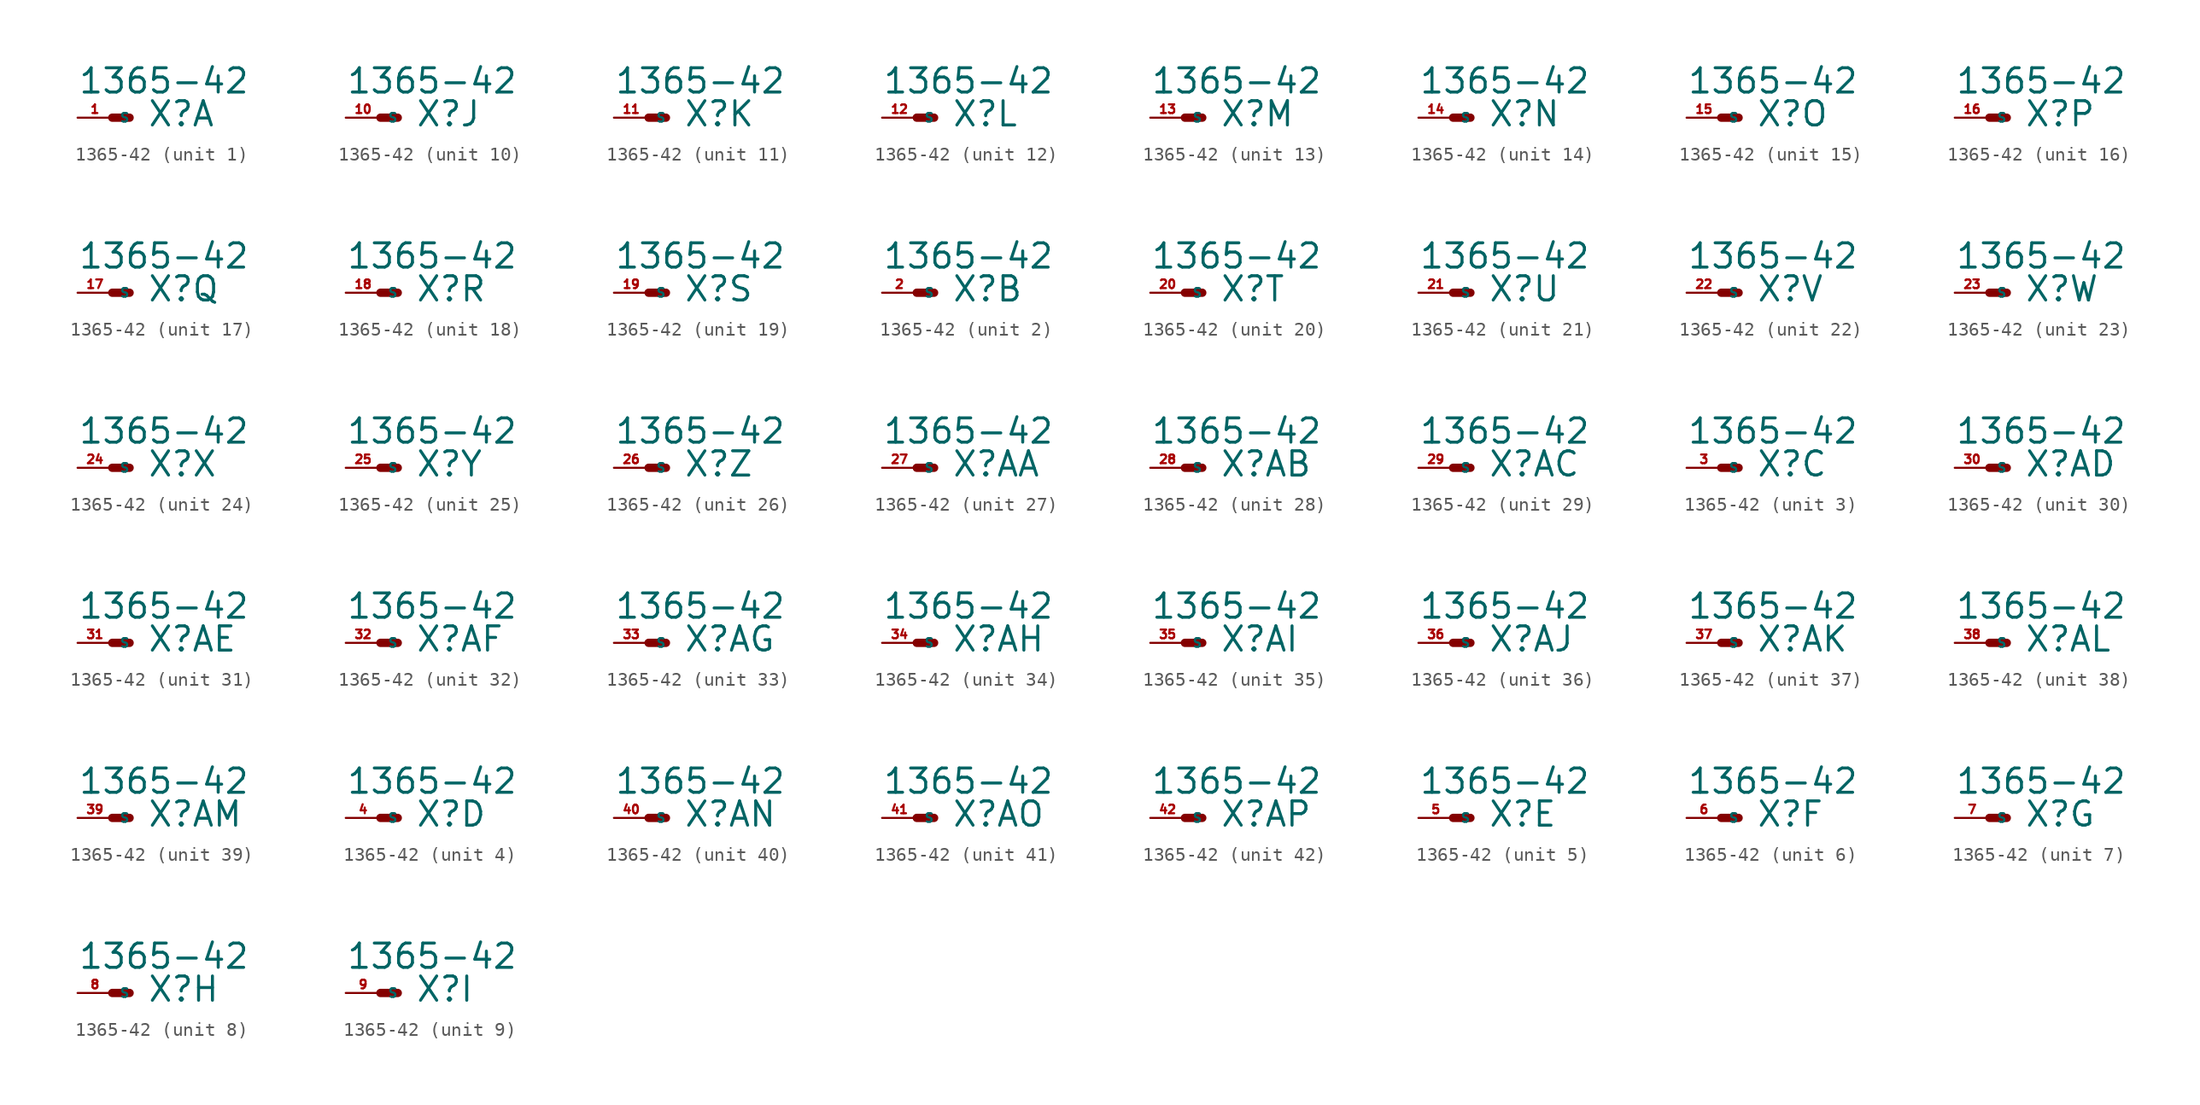
<source format=kicad_sym>
(kicad_symbol_lib
  (version 20220914)
  (generator Eagle2Kicad)
  (symbol "1365-42"
    (property "Reference" "X"
      (at 2.54 -0.762 0)
      (effects (font (size 1.778 1.778) (thickness 0.22)) (justify left bottom)))
    (property "Value" "1365-42"
      (at -2.54 1.651 0)
      (effects (font (size 1.778 1.778) (thickness 0.22)) (justify left bottom)))
    (symbol "1365-42_1_0"
      (polyline (pts (xy 0 0) (xy 1.27 0)) (stroke (width 0.61) (type default)) (fill (type none)))
      (pin passive line (at -2.54 0 0) (length 2.54) (name "S" (effects (font (size 0.635 0.635) (thickness 0.08)) (justify left bottom))) (number "1" (effects (font (size 0.635 0.635) (thickness 0.08)) (justify left bottom)))))
    (symbol "1365-42_2_0"
      (polyline (pts (xy 0 0) (xy 1.27 0)) (stroke (width 0.61) (type default)) (fill (type none)))
      (pin passive line (at -2.54 0 0) (length 2.54) (name "S" (effects (font (size 0.635 0.635) (thickness 0.08)) (justify left bottom))) (number "2" (effects (font (size 0.635 0.635) (thickness 0.08)) (justify left bottom)))))
    (symbol "1365-42_3_0"
      (polyline (pts (xy 0 0) (xy 1.27 0)) (stroke (width 0.61) (type default)) (fill (type none)))
      (pin passive line (at -2.54 0 0) (length 2.54) (name "S" (effects (font (size 0.635 0.635) (thickness 0.08)) (justify left bottom))) (number "3" (effects (font (size 0.635 0.635) (thickness 0.08)) (justify left bottom)))))
    (symbol "1365-42_4_0"
      (polyline (pts (xy 0 0) (xy 1.27 0)) (stroke (width 0.61) (type default)) (fill (type none)))
      (pin passive line (at -2.54 0 0) (length 2.54) (name "S" (effects (font (size 0.635 0.635) (thickness 0.08)) (justify left bottom))) (number "4" (effects (font (size 0.635 0.635) (thickness 0.08)) (justify left bottom)))))
    (symbol "1365-42_5_0"
      (polyline (pts (xy 0 0) (xy 1.27 0)) (stroke (width 0.61) (type default)) (fill (type none)))
      (pin passive line (at -2.54 0 0) (length 2.54) (name "S" (effects (font (size 0.635 0.635) (thickness 0.08)) (justify left bottom))) (number "5" (effects (font (size 0.635 0.635) (thickness 0.08)) (justify left bottom)))))
    (symbol "1365-42_6_0"
      (polyline (pts (xy 0 0) (xy 1.27 0)) (stroke (width 0.61) (type default)) (fill (type none)))
      (pin passive line (at -2.54 0 0) (length 2.54) (name "S" (effects (font (size 0.635 0.635) (thickness 0.08)) (justify left bottom))) (number "6" (effects (font (size 0.635 0.635) (thickness 0.08)) (justify left bottom)))))
    (symbol "1365-42_7_0"
      (polyline (pts (xy 0 0) (xy 1.27 0)) (stroke (width 0.61) (type default)) (fill (type none)))
      (pin passive line (at -2.54 0 0) (length 2.54) (name "S" (effects (font (size 0.635 0.635) (thickness 0.08)) (justify left bottom))) (number "7" (effects (font (size 0.635 0.635) (thickness 0.08)) (justify left bottom)))))
    (symbol "1365-42_8_0"
      (polyline (pts (xy 0 0) (xy 1.27 0)) (stroke (width 0.61) (type default)) (fill (type none)))
      (pin passive line (at -2.54 0 0) (length 2.54) (name "S" (effects (font (size 0.635 0.635) (thickness 0.08)) (justify left bottom))) (number "8" (effects (font (size 0.635 0.635) (thickness 0.08)) (justify left bottom)))))
    (symbol "1365-42_9_0"
      (polyline (pts (xy 0 0) (xy 1.27 0)) (stroke (width 0.61) (type default)) (fill (type none)))
      (pin passive line (at -2.54 0 0) (length 2.54) (name "S" (effects (font (size 0.635 0.635) (thickness 0.08)) (justify left bottom))) (number "9" (effects (font (size 0.635 0.635) (thickness 0.08)) (justify left bottom)))))
    (symbol "1365-42_10_0"
      (polyline (pts (xy 0 0) (xy 1.27 0)) (stroke (width 0.61) (type default)) (fill (type none)))
      (pin passive line (at -2.54 0 0) (length 2.54) (name "S" (effects (font (size 0.635 0.635) (thickness 0.08)) (justify left bottom))) (number "10" (effects (font (size 0.635 0.635) (thickness 0.08)) (justify left bottom)))))
    (symbol "1365-42_11_0"
      (polyline (pts (xy 0 0) (xy 1.27 0)) (stroke (width 0.61) (type default)) (fill (type none)))
      (pin passive line (at -2.54 0 0) (length 2.54) (name "S" (effects (font (size 0.635 0.635) (thickness 0.08)) (justify left bottom))) (number "11" (effects (font (size 0.635 0.635) (thickness 0.08)) (justify left bottom)))))
    (symbol "1365-42_12_0"
      (polyline (pts (xy 0 0) (xy 1.27 0)) (stroke (width 0.61) (type default)) (fill (type none)))
      (pin passive line (at -2.54 0 0) (length 2.54) (name "S" (effects (font (size 0.635 0.635) (thickness 0.08)) (justify left bottom))) (number "12" (effects (font (size 0.635 0.635) (thickness 0.08)) (justify left bottom)))))
    (symbol "1365-42_13_0"
      (polyline (pts (xy 0 0) (xy 1.27 0)) (stroke (width 0.61) (type default)) (fill (type none)))
      (pin passive line (at -2.54 0 0) (length 2.54) (name "S" (effects (font (size 0.635 0.635) (thickness 0.08)) (justify left bottom))) (number "13" (effects (font (size 0.635 0.635) (thickness 0.08)) (justify left bottom)))))
    (symbol "1365-42_14_0"
      (polyline (pts (xy 0 0) (xy 1.27 0)) (stroke (width 0.61) (type default)) (fill (type none)))
      (pin passive line (at -2.54 0 0) (length 2.54) (name "S" (effects (font (size 0.635 0.635) (thickness 0.08)) (justify left bottom))) (number "14" (effects (font (size 0.635 0.635) (thickness 0.08)) (justify left bottom)))))
    (symbol "1365-42_15_0"
      (polyline (pts (xy 0 0) (xy 1.27 0)) (stroke (width 0.61) (type default)) (fill (type none)))
      (pin passive line (at -2.54 0 0) (length 2.54) (name "S" (effects (font (size 0.635 0.635) (thickness 0.08)) (justify left bottom))) (number "15" (effects (font (size 0.635 0.635) (thickness 0.08)) (justify left bottom)))))
    (symbol "1365-42_16_0"
      (polyline (pts (xy 0 0) (xy 1.27 0)) (stroke (width 0.61) (type default)) (fill (type none)))
      (pin passive line (at -2.54 0 0) (length 2.54) (name "S" (effects (font (size 0.635 0.635) (thickness 0.08)) (justify left bottom))) (number "16" (effects (font (size 0.635 0.635) (thickness 0.08)) (justify left bottom)))))
    (symbol "1365-42_17_0"
      (polyline (pts (xy 0 0) (xy 1.27 0)) (stroke (width 0.61) (type default)) (fill (type none)))
      (pin passive line (at -2.54 0 0) (length 2.54) (name "S" (effects (font (size 0.635 0.635) (thickness 0.08)) (justify left bottom))) (number "17" (effects (font (size 0.635 0.635) (thickness 0.08)) (justify left bottom)))))
    (symbol "1365-42_18_0"
      (polyline (pts (xy 0 0) (xy 1.27 0)) (stroke (width 0.61) (type default)) (fill (type none)))
      (pin passive line (at -2.54 0 0) (length 2.54) (name "S" (effects (font (size 0.635 0.635) (thickness 0.08)) (justify left bottom))) (number "18" (effects (font (size 0.635 0.635) (thickness 0.08)) (justify left bottom)))))
    (symbol "1365-42_19_0"
      (polyline (pts (xy 0 0) (xy 1.27 0)) (stroke (width 0.61) (type default)) (fill (type none)))
      (pin passive line (at -2.54 0 0) (length 2.54) (name "S" (effects (font (size 0.635 0.635) (thickness 0.08)) (justify left bottom))) (number "19" (effects (font (size 0.635 0.635) (thickness 0.08)) (justify left bottom)))))
    (symbol "1365-42_20_0"
      (polyline (pts (xy 0 0) (xy 1.27 0)) (stroke (width 0.61) (type default)) (fill (type none)))
      (pin passive line (at -2.54 0 0) (length 2.54) (name "S" (effects (font (size 0.635 0.635) (thickness 0.08)) (justify left bottom))) (number "20" (effects (font (size 0.635 0.635) (thickness 0.08)) (justify left bottom)))))
    (symbol "1365-42_21_0"
      (polyline (pts (xy 0 0) (xy 1.27 0)) (stroke (width 0.61) (type default)) (fill (type none)))
      (pin passive line (at -2.54 0 0) (length 2.54) (name "S" (effects (font (size 0.635 0.635) (thickness 0.08)) (justify left bottom))) (number "21" (effects (font (size 0.635 0.635) (thickness 0.08)) (justify left bottom)))))
    (symbol "1365-42_22_0"
      (polyline (pts (xy 0 0) (xy 1.27 0)) (stroke (width 0.61) (type default)) (fill (type none)))
      (pin passive line (at -2.54 0 0) (length 2.54) (name "S" (effects (font (size 0.635 0.635) (thickness 0.08)) (justify left bottom))) (number "22" (effects (font (size 0.635 0.635) (thickness 0.08)) (justify left bottom)))))
    (symbol "1365-42_23_0"
      (polyline (pts (xy 0 0) (xy 1.27 0)) (stroke (width 0.61) (type default)) (fill (type none)))
      (pin passive line (at -2.54 0 0) (length 2.54) (name "S" (effects (font (size 0.635 0.635) (thickness 0.08)) (justify left bottom))) (number "23" (effects (font (size 0.635 0.635) (thickness 0.08)) (justify left bottom)))))
    (symbol "1365-42_24_0"
      (polyline (pts (xy 0 0) (xy 1.27 0)) (stroke (width 0.61) (type default)) (fill (type none)))
      (pin passive line (at -2.54 0 0) (length 2.54) (name "S" (effects (font (size 0.635 0.635) (thickness 0.08)) (justify left bottom))) (number "24" (effects (font (size 0.635 0.635) (thickness 0.08)) (justify left bottom)))))
    (symbol "1365-42_25_0"
      (polyline (pts (xy 0 0) (xy 1.27 0)) (stroke (width 0.61) (type default)) (fill (type none)))
      (pin passive line (at -2.54 0 0) (length 2.54) (name "S" (effects (font (size 0.635 0.635) (thickness 0.08)) (justify left bottom))) (number "25" (effects (font (size 0.635 0.635) (thickness 0.08)) (justify left bottom)))))
    (symbol "1365-42_26_0"
      (polyline (pts (xy 0 0) (xy 1.27 0)) (stroke (width 0.61) (type default)) (fill (type none)))
      (pin passive line (at -2.54 0 0) (length 2.54) (name "S" (effects (font (size 0.635 0.635) (thickness 0.08)) (justify left bottom))) (number "26" (effects (font (size 0.635 0.635) (thickness 0.08)) (justify left bottom)))))
    (symbol "1365-42_27_0"
      (polyline (pts (xy 0 0) (xy 1.27 0)) (stroke (width 0.61) (type default)) (fill (type none)))
      (pin passive line (at -2.54 0 0) (length 2.54) (name "S" (effects (font (size 0.635 0.635) (thickness 0.08)) (justify left bottom))) (number "27" (effects (font (size 0.635 0.635) (thickness 0.08)) (justify left bottom)))))
    (symbol "1365-42_28_0"
      (polyline (pts (xy 0 0) (xy 1.27 0)) (stroke (width 0.61) (type default)) (fill (type none)))
      (pin passive line (at -2.54 0 0) (length 2.54) (name "S" (effects (font (size 0.635 0.635) (thickness 0.08)) (justify left bottom))) (number "28" (effects (font (size 0.635 0.635) (thickness 0.08)) (justify left bottom)))))
    (symbol "1365-42_29_0"
      (polyline (pts (xy 0 0) (xy 1.27 0)) (stroke (width 0.61) (type default)) (fill (type none)))
      (pin passive line (at -2.54 0 0) (length 2.54) (name "S" (effects (font (size 0.635 0.635) (thickness 0.08)) (justify left bottom))) (number "29" (effects (font (size 0.635 0.635) (thickness 0.08)) (justify left bottom)))))
    (symbol "1365-42_30_0"
      (polyline (pts (xy 0 0) (xy 1.27 0)) (stroke (width 0.61) (type default)) (fill (type none)))
      (pin passive line (at -2.54 0 0) (length 2.54) (name "S" (effects (font (size 0.635 0.635) (thickness 0.08)) (justify left bottom))) (number "30" (effects (font (size 0.635 0.635) (thickness 0.08)) (justify left bottom)))))
    (symbol "1365-42_31_0"
      (polyline (pts (xy 0 0) (xy 1.27 0)) (stroke (width 0.61) (type default)) (fill (type none)))
      (pin passive line (at -2.54 0 0) (length 2.54) (name "S" (effects (font (size 0.635 0.635) (thickness 0.08)) (justify left bottom))) (number "31" (effects (font (size 0.635 0.635) (thickness 0.08)) (justify left bottom)))))
    (symbol "1365-42_32_0"
      (polyline (pts (xy 0 0) (xy 1.27 0)) (stroke (width 0.61) (type default)) (fill (type none)))
      (pin passive line (at -2.54 0 0) (length 2.54) (name "S" (effects (font (size 0.635 0.635) (thickness 0.08)) (justify left bottom))) (number "32" (effects (font (size 0.635 0.635) (thickness 0.08)) (justify left bottom)))))
    (symbol "1365-42_33_0"
      (polyline (pts (xy 0 0) (xy 1.27 0)) (stroke (width 0.61) (type default)) (fill (type none)))
      (pin passive line (at -2.54 0 0) (length 2.54) (name "S" (effects (font (size 0.635 0.635) (thickness 0.08)) (justify left bottom))) (number "33" (effects (font (size 0.635 0.635) (thickness 0.08)) (justify left bottom)))))
    (symbol "1365-42_34_0"
      (polyline (pts (xy 0 0) (xy 1.27 0)) (stroke (width 0.61) (type default)) (fill (type none)))
      (pin passive line (at -2.54 0 0) (length 2.54) (name "S" (effects (font (size 0.635 0.635) (thickness 0.08)) (justify left bottom))) (number "34" (effects (font (size 0.635 0.635) (thickness 0.08)) (justify left bottom)))))
    (symbol "1365-42_35_0"
      (polyline (pts (xy 0 0) (xy 1.27 0)) (stroke (width 0.61) (type default)) (fill (type none)))
      (pin passive line (at -2.54 0 0) (length 2.54) (name "S" (effects (font (size 0.635 0.635) (thickness 0.08)) (justify left bottom))) (number "35" (effects (font (size 0.635 0.635) (thickness 0.08)) (justify left bottom)))))
    (symbol "1365-42_36_0"
      (polyline (pts (xy 0 0) (xy 1.27 0)) (stroke (width 0.61) (type default)) (fill (type none)))
      (pin passive line (at -2.54 0 0) (length 2.54) (name "S" (effects (font (size 0.635 0.635) (thickness 0.08)) (justify left bottom))) (number "36" (effects (font (size 0.635 0.635) (thickness 0.08)) (justify left bottom)))))
    (symbol "1365-42_37_0"
      (polyline (pts (xy 0 0) (xy 1.27 0)) (stroke (width 0.61) (type default)) (fill (type none)))
      (pin passive line (at -2.54 0 0) (length 2.54) (name "S" (effects (font (size 0.635 0.635) (thickness 0.08)) (justify left bottom))) (number "37" (effects (font (size 0.635 0.635) (thickness 0.08)) (justify left bottom)))))
    (symbol "1365-42_38_0"
      (polyline (pts (xy 0 0) (xy 1.27 0)) (stroke (width 0.61) (type default)) (fill (type none)))
      (pin passive line (at -2.54 0 0) (length 2.54) (name "S" (effects (font (size 0.635 0.635) (thickness 0.08)) (justify left bottom))) (number "38" (effects (font (size 0.635 0.635) (thickness 0.08)) (justify left bottom)))))
    (symbol "1365-42_39_0"
      (polyline (pts (xy 0 0) (xy 1.27 0)) (stroke (width 0.61) (type default)) (fill (type none)))
      (pin passive line (at -2.54 0 0) (length 2.54) (name "S" (effects (font (size 0.635 0.635) (thickness 0.08)) (justify left bottom))) (number "39" (effects (font (size 0.635 0.635) (thickness 0.08)) (justify left bottom)))))
    (symbol "1365-42_40_0"
      (polyline (pts (xy 0 0) (xy 1.27 0)) (stroke (width 0.61) (type default)) (fill (type none)))
      (pin passive line (at -2.54 0 0) (length 2.54) (name "S" (effects (font (size 0.635 0.635) (thickness 0.08)) (justify left bottom))) (number "40" (effects (font (size 0.635 0.635) (thickness 0.08)) (justify left bottom)))))
    (symbol "1365-42_41_0"
      (polyline (pts (xy 0 0) (xy 1.27 0)) (stroke (width 0.61) (type default)) (fill (type none)))
      (pin passive line (at -2.54 0 0) (length 2.54) (name "S" (effects (font (size 0.635 0.635) (thickness 0.08)) (justify left bottom))) (number "41" (effects (font (size 0.635 0.635) (thickness 0.08)) (justify left bottom)))))
    (symbol "1365-42_42_0"
      (polyline (pts (xy 0 0) (xy 1.27 0)) (stroke (width 0.61) (type default)) (fill (type none)))
      (pin passive line (at -2.54 0 0) (length 2.54) (name "S" (effects (font (size 0.635 0.635) (thickness 0.08)) (justify left bottom))) (number "42" (effects (font (size 0.635 0.635) (thickness 0.08)) (justify left bottom)))))))
</source>
